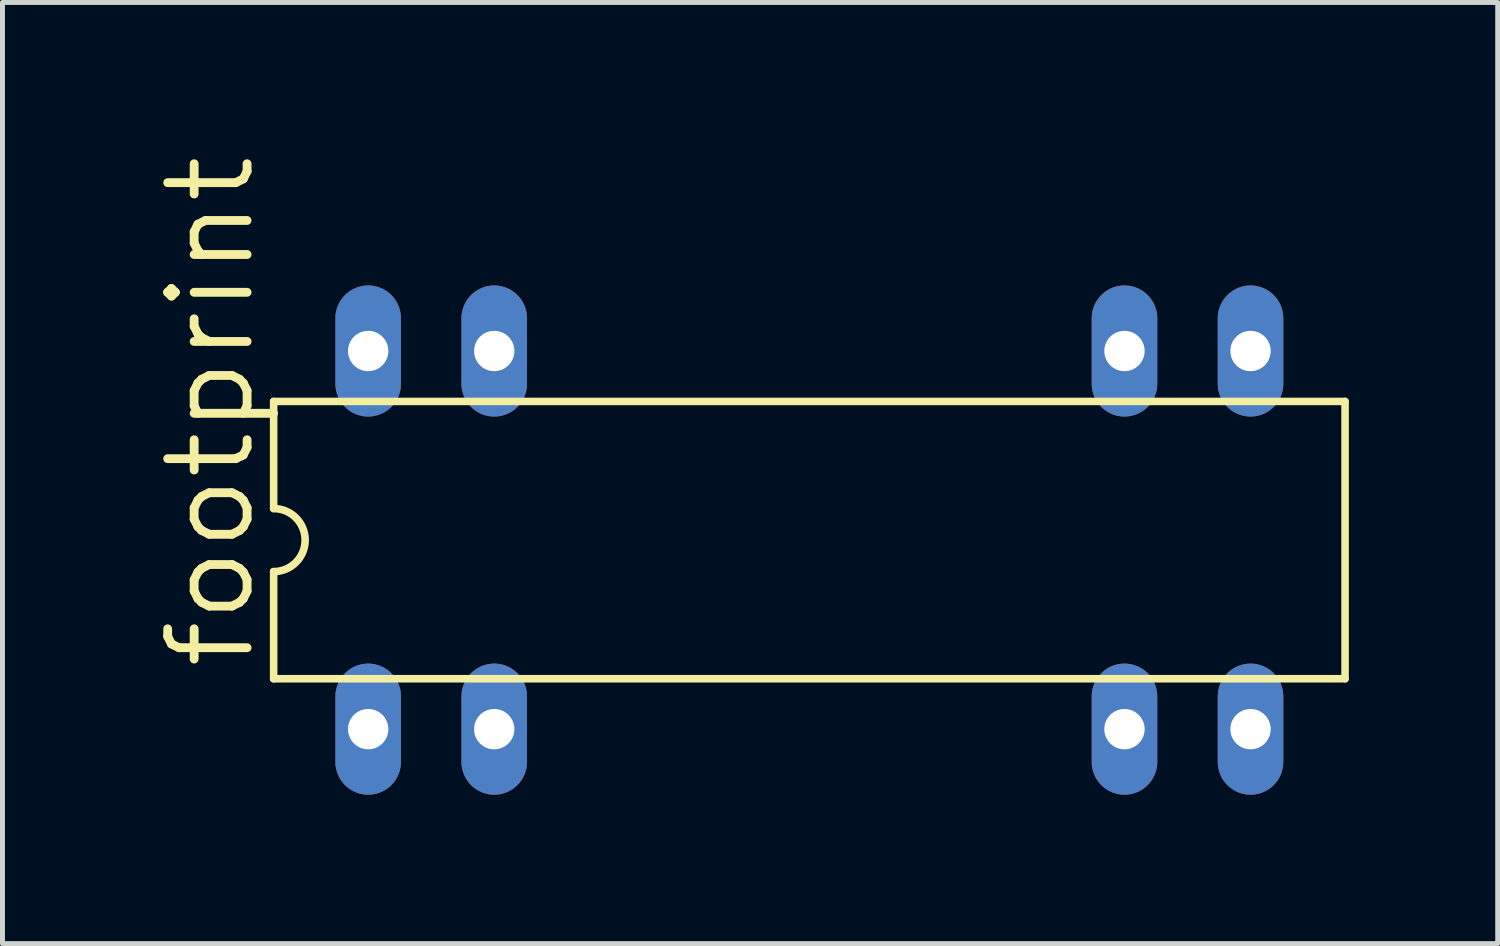
<source format=kicad_pcb>
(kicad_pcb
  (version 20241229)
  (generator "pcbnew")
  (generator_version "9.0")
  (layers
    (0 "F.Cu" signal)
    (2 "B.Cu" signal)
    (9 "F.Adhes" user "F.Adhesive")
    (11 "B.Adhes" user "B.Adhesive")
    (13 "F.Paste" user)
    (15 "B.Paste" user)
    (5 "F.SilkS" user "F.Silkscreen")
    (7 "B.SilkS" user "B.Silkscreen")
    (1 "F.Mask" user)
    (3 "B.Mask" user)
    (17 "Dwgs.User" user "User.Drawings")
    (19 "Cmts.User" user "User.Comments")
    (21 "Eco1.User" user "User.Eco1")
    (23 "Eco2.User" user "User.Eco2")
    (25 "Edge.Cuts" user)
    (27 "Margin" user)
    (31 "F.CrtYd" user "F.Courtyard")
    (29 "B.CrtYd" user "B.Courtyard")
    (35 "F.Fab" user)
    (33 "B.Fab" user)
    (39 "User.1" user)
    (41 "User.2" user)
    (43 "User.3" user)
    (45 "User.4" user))
  (footprint "footprint"
    (layer "F.Cu")
    (at 13.259 7.833)
    (property "Reference" "footprint" (at -11.125 2.667 90) (layer "F.SilkS") (effects (font (size 1.6 1.6) (thickness 0.178)) (justify left bottom)))
    (fp_line (start -10.795 -2.794) (end -10.795 -0.635) (stroke (width 0.152) (type solid)) (layer "F.SilkS"))
    (fp_line (start -10.795 -2.794) (end 10.795 -2.794) (stroke (width 0.152) (type solid)) (layer "F.SilkS"))
    (fp_line (start -10.795 0.635) (end -10.795 2.794) (stroke (width 0.152) (type solid)) (layer "F.SilkS"))
    (fp_line (start -10.795 2.794) (end 10.795 2.794) (stroke (width 0.152) (type solid)) (layer "F.SilkS"))
    (fp_line (start 10.795 2.794) (end 10.795 -2.794) (stroke (width 0.152) (type solid)) (layer "F.SilkS"))
    (fp_arc (start -10.795 -0.635) (mid -10.16 0) (end -10.795 0.635) (stroke (width 0.1524) (type solid)) (layer "F.SilkS"))
    (pad "1" thru_hole oval (at -8.89 3.81 90) (size 2.642 1.321) (drill 0.813) (layers "*.Cu" "*.Mask"))
    (pad "2" thru_hole oval (at -6.35 3.81 90) (size 2.642 1.321) (drill 0.813) (layers "*.Cu" "*.Mask"))
    (pad "7" thru_hole oval (at 6.35 3.81 90) (size 2.642 1.321) (drill 0.813) (layers "*.Cu" "*.Mask"))
    (pad "8" thru_hole oval (at 8.89 3.81 90) (size 2.642 1.321) (drill 0.813) (layers "*.Cu" "*.Mask"))
    (pad "9" thru_hole oval (at 8.89 -3.81 90) (size 2.642 1.321) (drill 0.813) (layers "*.Cu" "*.Mask"))
    (pad "10" thru_hole oval (at 6.35 -3.81 90) (size 2.642 1.321) (drill 0.813) (layers "*.Cu" "*.Mask"))
    (pad "15" thru_hole oval (at -6.35 -3.81 90) (size 2.642 1.321) (drill 0.813) (layers "*.Cu" "*.Mask"))
    (pad "16" thru_hole oval (at -8.89 -3.81 90) (size 2.642 1.321) (drill 0.813) (layers "*.Cu" "*.Mask")))
  (gr_rect
    (start -3 -3)
    (end 27.13 15.964)
    (stroke (width 0.1) (type default))
    (fill no)
    (layer "Edge.Cuts")))
</source>
